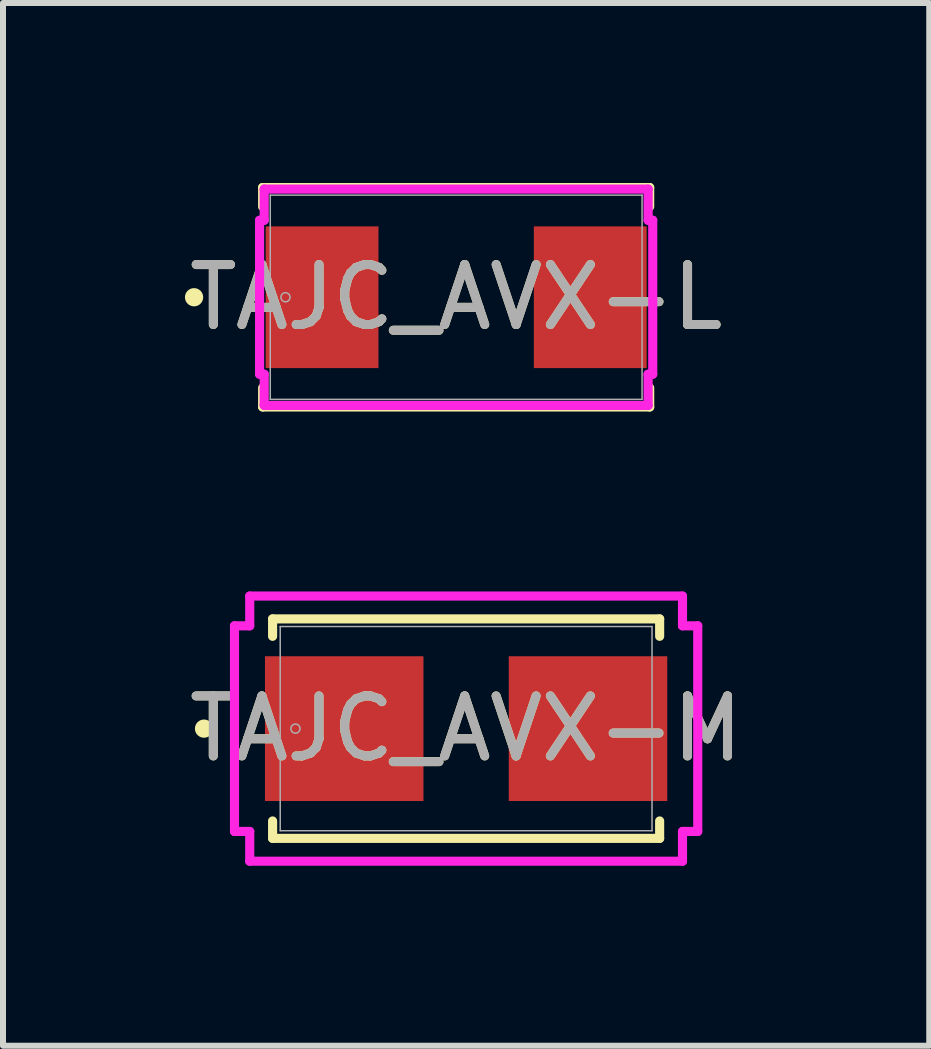
<source format=kicad_pcb>
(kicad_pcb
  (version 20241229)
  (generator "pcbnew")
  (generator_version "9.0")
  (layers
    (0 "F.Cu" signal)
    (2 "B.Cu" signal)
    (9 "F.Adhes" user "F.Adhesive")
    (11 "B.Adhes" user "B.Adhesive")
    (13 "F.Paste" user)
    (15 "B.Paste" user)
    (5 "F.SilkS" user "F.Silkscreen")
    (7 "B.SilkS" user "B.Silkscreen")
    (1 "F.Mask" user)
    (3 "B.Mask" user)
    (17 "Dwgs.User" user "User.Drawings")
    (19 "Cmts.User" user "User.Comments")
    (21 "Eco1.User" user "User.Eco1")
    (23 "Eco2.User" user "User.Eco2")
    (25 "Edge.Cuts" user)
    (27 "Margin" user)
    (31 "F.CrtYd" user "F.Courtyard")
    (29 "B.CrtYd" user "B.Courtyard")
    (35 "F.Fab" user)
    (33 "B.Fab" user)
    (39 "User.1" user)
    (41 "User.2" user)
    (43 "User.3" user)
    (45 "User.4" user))
  (footprint "TAJC_AVX-L"
    (layer "F.Cu")
    (at 4.554 1.905)
    (property "Reference" "TAJC_AVX-L" (at 0 0 0) (unlocked yes) (layer "F.SilkS") (effects (font (size 1 1) (thickness 0.15))))
    (attr smd)
    (fp_line (start -3.226 -1.829) (end -3.226 -1.51) (stroke (width 0.152) (type solid)) (layer "F.SilkS"))
    (fp_line (start -3.226 1.51) (end -3.226 1.829) (stroke (width 0.152) (type solid)) (layer "F.SilkS"))
    (fp_line (start -3.226 1.829) (end 3.226 1.829) (stroke (width 0.152) (type solid)) (layer "F.SilkS"))
    (fp_line (start 3.226 -1.829) (end -3.226 -1.829) (stroke (width 0.152) (type solid)) (layer "F.SilkS"))
    (fp_line (start 3.226 -1.51) (end 3.226 -1.829) (stroke (width 0.152) (type solid)) (layer "F.SilkS"))
    (fp_line (start 3.226 1.829) (end 3.226 1.51) (stroke (width 0.152) (type solid)) (layer "F.SilkS"))
    (fp_circle (center -4.369 0) (end -4.293 0) (stroke (width 0.152) (type solid)) (fill no) (layer "F.SilkS"))
    (fp_line (start -3.277 -1.283) (end -3.2 -1.283) (stroke (width 0.152) (type solid)) (layer "F.CrtYd"))
    (fp_line (start -3.277 1.283) (end -3.277 -1.283) (stroke (width 0.152) (type solid)) (layer "F.CrtYd"))
    (fp_line (start -3.2 -1.803) (end 3.2 -1.803) (stroke (width 0.152) (type solid)) (layer "F.CrtYd"))
    (fp_line (start -3.2 -1.283) (end -3.2 -1.803) (stroke (width 0.152) (type solid)) (layer "F.CrtYd"))
    (fp_line (start -3.2 1.283) (end -3.277 1.283) (stroke (width 0.152) (type solid)) (layer "F.CrtYd"))
    (fp_line (start -3.2 1.803) (end -3.2 1.283) (stroke (width 0.152) (type solid)) (layer "F.CrtYd"))
    (fp_line (start 3.2 -1.803) (end 3.2 -1.283) (stroke (width 0.152) (type solid)) (layer "F.CrtYd"))
    (fp_line (start 3.2 -1.283) (end 3.277 -1.283) (stroke (width 0.152) (type solid)) (layer "F.CrtYd"))
    (fp_line (start 3.2 1.283) (end 3.2 1.803) (stroke (width 0.152) (type solid)) (layer "F.CrtYd"))
    (fp_line (start 3.2 1.803) (end -3.2 1.803) (stroke (width 0.152) (type solid)) (layer "F.CrtYd"))
    (fp_line (start 3.277 -1.283) (end 3.277 1.283) (stroke (width 0.152) (type solid)) (layer "F.CrtYd"))
    (fp_line (start 3.277 1.283) (end 3.2 1.283) (stroke (width 0.152) (type solid)) (layer "F.CrtYd"))
    (fp_line (start -3.099 -1.702) (end -3.099 1.702) (stroke (width 0.025) (type solid)) (layer "F.Fab"))
    (fp_line (start -3.099 1.702) (end 3.099 1.702) (stroke (width 0.025) (type solid)) (layer "F.Fab"))
    (fp_line (start 3.099 -1.702) (end -3.099 -1.702) (stroke (width 0.025) (type solid)) (layer "F.Fab"))
    (fp_line (start 3.099 1.702) (end 3.099 -1.702) (stroke (width 0.025) (type solid)) (layer "F.Fab"))
    (fp_circle (center -2.845 0) (end -2.769 0) (stroke (width 0.025) (type solid)) (fill no) (layer "F.Fab"))
    (fp_text user "${REFERENCE}" (at 0 0 0) (unlocked yes) (layer "F.Fab") (effects (font (size 1 1) (thickness 0.15))))
    (pad "1" smd rect (at -2.235 0 90) (size 2.362 1.88) (layers "F.Cu" "F.Mask" "F.Paste"))
    (pad "2" smd rect (at 2.235 0 90) (size 2.362 1.88) (layers "F.Cu" "F.Mask" "F.Paste"))
    (zone (net_name "") (layer "F.Cu") (hatch full 0.508) (connect_pads) (min_thickness 0.254) (filled_areas_thickness no) (keepout (tracks not_allowed) (vias not_allowed) (pads allowed) (copperpour not_allowed) (footprints allowed)) (placement (enabled no)) (fill) (polygon (pts (xy 1.506 0.254) (xy 7.602 0.254) (xy 7.602 0.648) (xy 1.506 0.648))))
    (zone (net_name "") (layer "F.Cu") (hatch full 0.508) (connect_pads) (min_thickness 0.254) (filled_areas_thickness no) (keepout (tracks not_allowed) (vias not_allowed) (pads allowed) (copperpour not_allowed) (footprints allowed)) (placement (enabled no)) (fill) (polygon (pts (xy 1.506 3.162) (xy 7.602 3.162) (xy 7.602 3.556) (xy 1.506 3.556))))
    (zone (net_name "") (layer "F.Cu") (hatch full 0.508) (connect_pads) (min_thickness 0.254) (filled_areas_thickness no) (keepout (tracks not_allowed) (vias not_allowed) (pads allowed) (copperpour not_allowed) (footprints allowed)) (placement (enabled no)) (fill) (polygon (pts (xy 3.309 0.648) (xy 5.798 0.648) (xy 5.798 3.162) (xy 3.309 3.162)))))
  (footprint "TAJC_AVX-M"
    (layer "F.Cu")
    (at 4.72 9.096)
    (property "Reference" "TAJC_AVX-M" (at 0 0 0) (unlocked yes) (layer "F.SilkS") (effects (font (size 1 1) (thickness 0.15))))
    (attr smd)
    (fp_line (start -3.226 -1.829) (end -3.226 -1.539) (stroke (width 0.152) (type solid)) (layer "F.SilkS"))
    (fp_line (start -3.226 1.539) (end -3.226 1.829) (stroke (width 0.152) (type solid)) (layer "F.SilkS"))
    (fp_line (start -3.226 1.829) (end 3.226 1.829) (stroke (width 0.152) (type solid)) (layer "F.SilkS"))
    (fp_line (start 3.226 -1.829) (end -3.226 -1.829) (stroke (width 0.152) (type solid)) (layer "F.SilkS"))
    (fp_line (start 3.226 -1.539) (end 3.226 -1.829) (stroke (width 0.152) (type solid)) (layer "F.SilkS"))
    (fp_line (start 3.226 1.829) (end 3.226 1.539) (stroke (width 0.152) (type solid)) (layer "F.SilkS"))
    (fp_circle (center -4.369 0) (end -4.293 0) (stroke (width 0.152) (type solid)) (fill no) (layer "F.SilkS"))
    (fp_line (start -3.861 -1.714) (end -3.607 -1.714) (stroke (width 0.152) (type solid)) (layer "F.CrtYd"))
    (fp_line (start -3.861 1.714) (end -3.861 -1.714) (stroke (width 0.152) (type solid)) (layer "F.CrtYd"))
    (fp_line (start -3.607 -2.21) (end 3.607 -2.21) (stroke (width 0.152) (type solid)) (layer "F.CrtYd"))
    (fp_line (start -3.607 -1.714) (end -3.607 -2.21) (stroke (width 0.152) (type solid)) (layer "F.CrtYd"))
    (fp_line (start -3.607 1.714) (end -3.861 1.714) (stroke (width 0.152) (type solid)) (layer "F.CrtYd"))
    (fp_line (start -3.607 2.21) (end -3.607 1.714) (stroke (width 0.152) (type solid)) (layer "F.CrtYd"))
    (fp_line (start 3.607 -2.21) (end 3.607 -1.714) (stroke (width 0.152) (type solid)) (layer "F.CrtYd"))
    (fp_line (start 3.607 -1.714) (end 3.861 -1.714) (stroke (width 0.152) (type solid)) (layer "F.CrtYd"))
    (fp_line (start 3.607 1.714) (end 3.607 2.21) (stroke (width 0.152) (type solid)) (layer "F.CrtYd"))
    (fp_line (start 3.607 2.21) (end -3.607 2.21) (stroke (width 0.152) (type solid)) (layer "F.CrtYd"))
    (fp_line (start 3.861 -1.714) (end 3.861 1.714) (stroke (width 0.152) (type solid)) (layer "F.CrtYd"))
    (fp_line (start 3.861 1.714) (end 3.607 1.714) (stroke (width 0.152) (type solid)) (layer "F.CrtYd"))
    (fp_line (start -3.099 -1.702) (end -3.099 1.702) (stroke (width 0.025) (type solid)) (layer "F.Fab"))
    (fp_line (start -3.099 1.702) (end 3.099 1.702) (stroke (width 0.025) (type solid)) (layer "F.Fab"))
    (fp_line (start 3.099 -1.702) (end -3.099 -1.702) (stroke (width 0.025) (type solid)) (layer "F.Fab"))
    (fp_line (start 3.099 1.702) (end 3.099 -1.702) (stroke (width 0.025) (type solid)) (layer "F.Fab"))
    (fp_circle (center -2.845 0) (end -2.769 0) (stroke (width 0.025) (type solid)) (fill no) (layer "F.Fab"))
    (fp_text user "${REFERENCE}" (at 0 0 0) (unlocked yes) (layer "F.Fab") (effects (font (size 1 1) (thickness 0.15))))
    (pad "1" smd rect (at -2.032 0 90) (size 2.413 2.642) (layers "F.Cu" "F.Mask" "F.Paste"))
    (pad "2" smd rect (at 2.032 0 90) (size 2.413 2.642) (layers "F.Cu" "F.Mask" "F.Paste"))
    (zone (net_name "") (layer "F.Cu") (hatch full 0.508) (connect_pads) (min_thickness 0.254) (filled_areas_thickness no) (keepout (tracks not_allowed) (vias not_allowed) (pads allowed) (copperpour not_allowed) (footprints allowed)) (placement (enabled no)) (fill) (polygon (pts (xy 1.672 7.445) (xy 7.768 7.445) (xy 7.768 7.839) (xy 1.672 7.839))))
    (zone (net_name "") (layer "F.Cu") (hatch full 0.508) (connect_pads) (min_thickness 0.254) (filled_areas_thickness no) (keepout (tracks not_allowed) (vias not_allowed) (pads allowed) (copperpour not_allowed) (footprints allowed)) (placement (enabled no)) (fill) (polygon (pts (xy 1.672 10.353) (xy 7.768 10.353) (xy 7.768 10.747) (xy 1.672 10.747))))
    (zone (net_name "") (layer "F.Cu") (hatch full 0.508) (connect_pads) (min_thickness 0.254) (filled_areas_thickness no) (keepout (tracks not_allowed) (vias not_allowed) (pads allowed) (copperpour not_allowed) (footprints allowed)) (placement (enabled no)) (fill) (polygon (pts (xy 4.06 7.839) (xy 5.381 7.839) (xy 5.381 10.353) (xy 4.06 10.353)))))
  (gr_rect
    (start -3 -3)
    (end 12.44 14.382)
    (stroke (width 0.1) (type default))
    (fill no)
    (layer "Edge.Cuts")))
</source>
